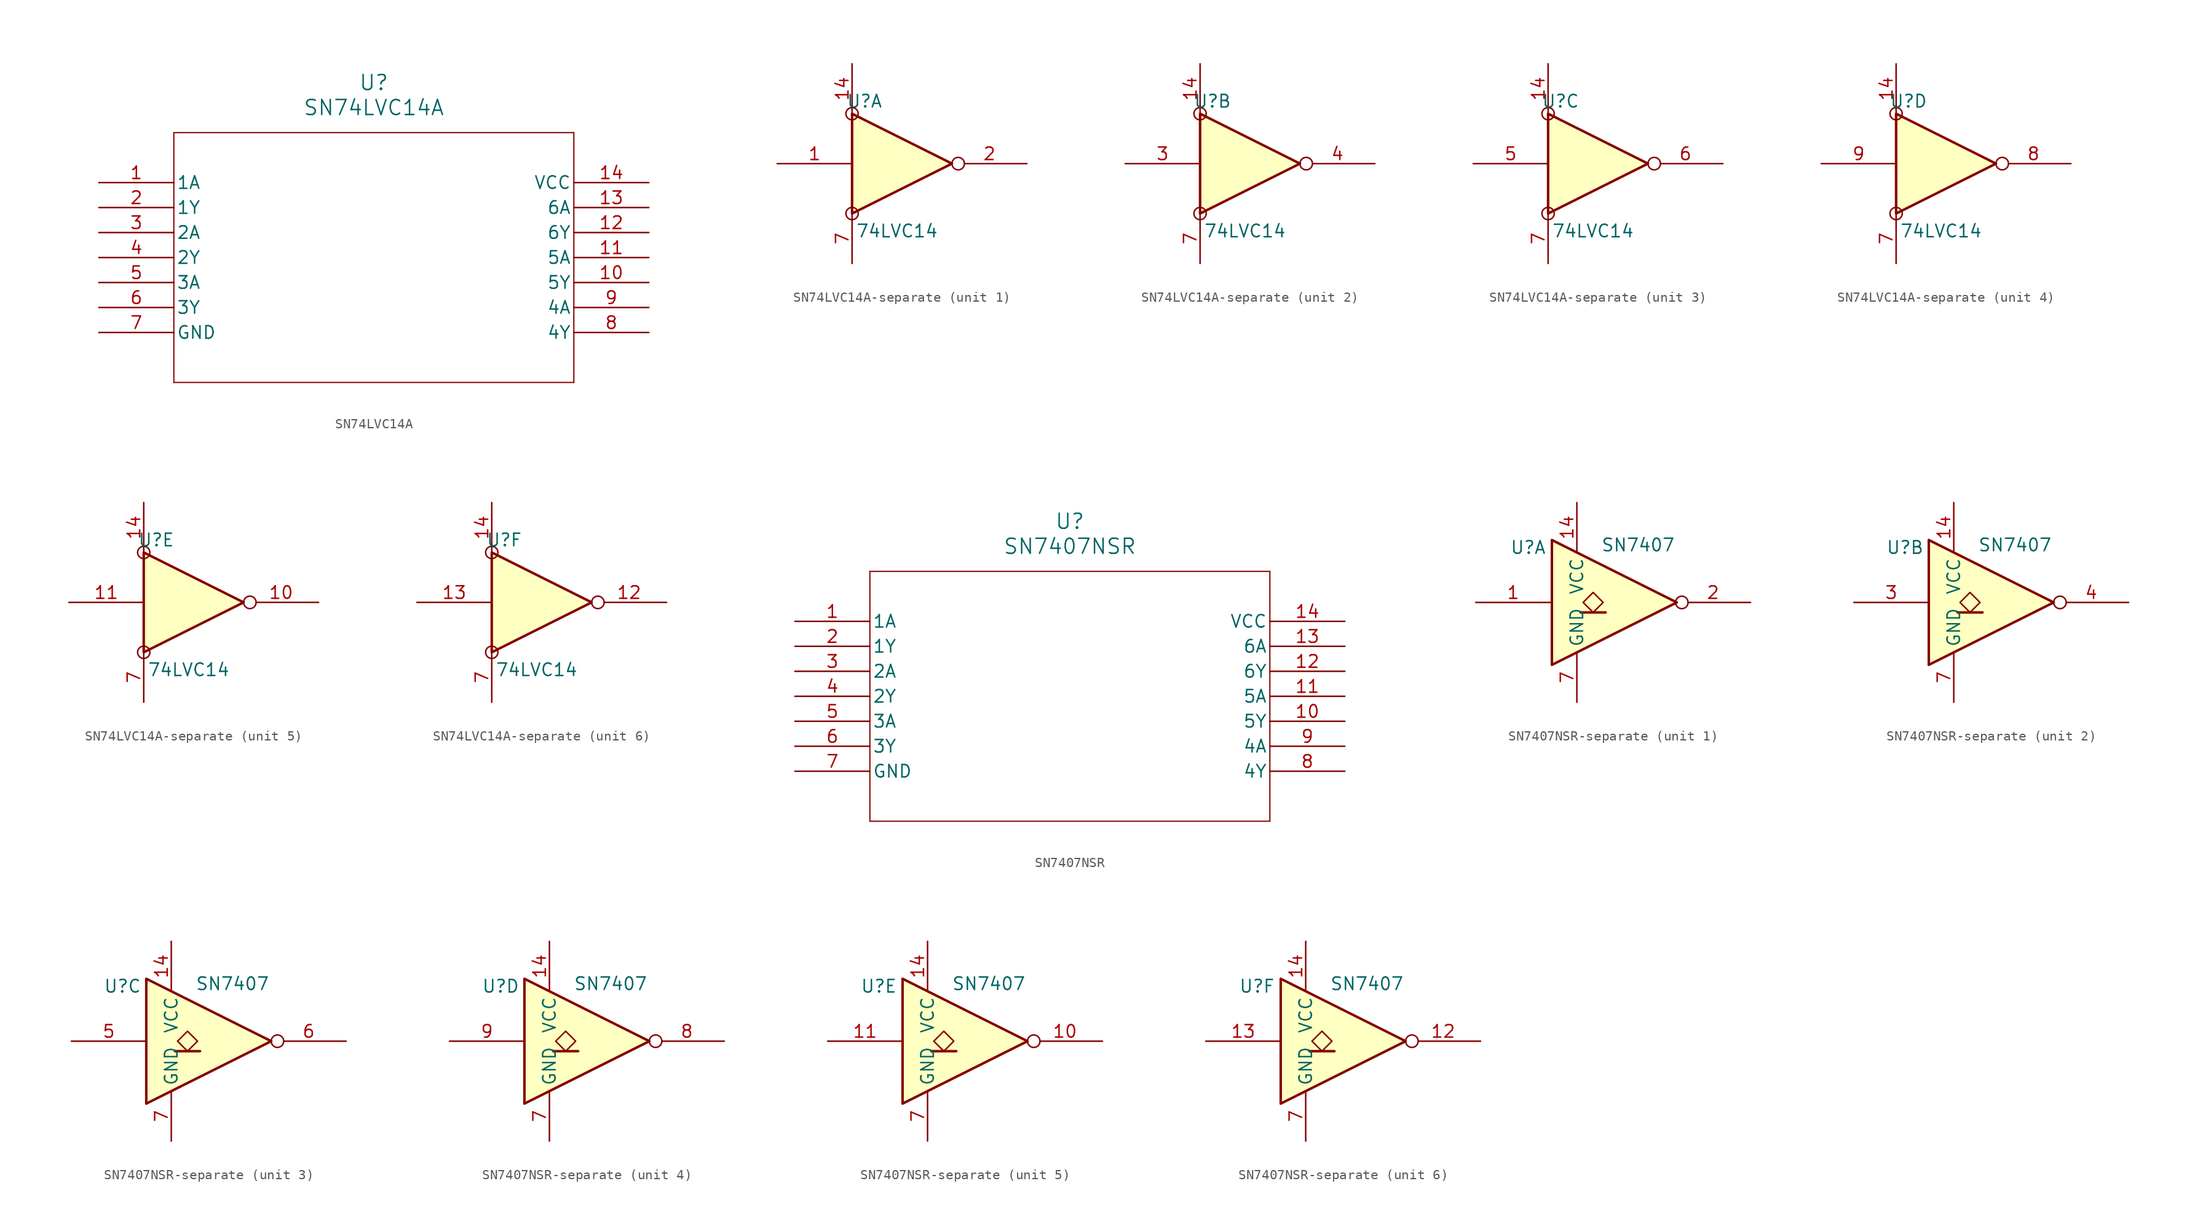
<source format=kicad_sym>
(kicad_symbol_lib
  (version 20240819)
  (generator "kicad_symbol_editor")
  (generator_version "8.99")
  (symbol "SN74LVC14A"
    (pin_names
      (offset 0.254))
    (property "Reference" "U"
      (at 27.94 10.16 0)
      (effects (font (size 1.524 1.524))))
    (property "Value" "SN74LVC14A"
      (at 27.94 7.62 0)
      (effects (font (size 1.524 1.524))))
    (property "ki_locked" ""
      (at 0 0 0)
      (effects (font (size 1.27 1.27))))
    (symbol "SN74LVC14A_0_1"
      (polyline (pts (xy 7.62 5.08) (xy 7.62 -20.32)) (stroke (width 0.127) (type default)) (fill (type none)))
      (polyline (pts (xy 7.62 -20.32) (xy 48.26 -20.32)) (stroke (width 0.127) (type default)) (fill (type none)))
      (polyline (pts (xy 48.26 5.08) (xy 7.62 5.08)) (stroke (width 0.127) (type default)) (fill (type none)))
      (polyline (pts (xy 48.26 -20.32) (xy 48.26 5.08)) (stroke (width 0.127) (type default)) (fill (type none)))
      (pin input line (at 0 0 0) (length 7.62) (name "1A" (effects (font (size 1.27 1.27)))) (number "1" (effects (font (size 1.27 1.27)))))
      (pin output line (at 0 -2.54 0) (length 7.62) (name "1Y" (effects (font (size 1.27 1.27)))) (number "2" (effects (font (size 1.27 1.27)))))
      (pin input line (at 0 -5.08 0) (length 7.62) (name "2A" (effects (font (size 1.27 1.27)))) (number "3" (effects (font (size 1.27 1.27)))))
      (pin output line (at 0 -7.62 0) (length 7.62) (name "2Y" (effects (font (size 1.27 1.27)))) (number "4" (effects (font (size 1.27 1.27)))))
      (pin input line (at 0 -10.16 0) (length 7.62) (name "3A" (effects (font (size 1.27 1.27)))) (number "5" (effects (font (size 1.27 1.27)))))
      (pin output line (at 0 -12.7 0) (length 7.62) (name "3Y" (effects (font (size 1.27 1.27)))) (number "6" (effects (font (size 1.27 1.27)))))
      (pin power_in line (at 0 -15.24 0) (length 7.62) (name "GND" (effects (font (size 1.27 1.27)))) (number "7" (effects (font (size 1.27 1.27)))))
      (pin power_in line (at 55.88 0 180) (length 7.62) (name "VCC" (effects (font (size 1.27 1.27)))) (number "14" (effects (font (size 1.27 1.27)))))
      (pin input line (at 55.88 -2.54 180) (length 7.62) (name "6A" (effects (font (size 1.27 1.27)))) (number "13" (effects (font (size 1.27 1.27)))))
      (pin output line (at 55.88 -5.08 180) (length 7.62) (name "6Y" (effects (font (size 1.27 1.27)))) (number "12" (effects (font (size 1.27 1.27)))))
      (pin input line (at 55.88 -7.62 180) (length 7.62) (name "5A" (effects (font (size 1.27 1.27)))) (number "11" (effects (font (size 1.27 1.27)))))
      (pin output line (at 55.88 -10.16 180) (length 7.62) (name "5Y" (effects (font (size 1.27 1.27)))) (number "10" (effects (font (size 1.27 1.27)))))
      (pin input line (at 55.88 -12.7 180) (length 7.62) (name "4A" (effects (font (size 1.27 1.27)))) (number "9" (effects (font (size 1.27 1.27)))))
      (pin output line (at 55.88 -15.24 180) (length 7.62) (name "4Y" (effects (font (size 1.27 1.27)))) (number "8" (effects (font (size 1.27 1.27)))))))
  (symbol "SN74LVC14A-separate"
    (property "Reference" "U"
      (at -3.81 6.35 0)
      (effects (font (size 1.27 1.27))))
    (property "Value" "74LVC14"
      (at -0.508 -6.858 0)
      (effects (font (size 1.27 1.27))))
    (symbol "SN74LVC14A-separate_0_1"
      (circle (center -5.08 5.08) (radius 0.625) (stroke (width 0) (type default)) (fill (type none)))
      (circle (center -5.08 -5.08) (radius 0.625) (stroke (width 0) (type default)) (fill (type none)))
      (pin power_in line (at -5.08 10.16 270) (length 5.08) (name "~" (effects (font (size 1.27 1.27)))) (number "14" (effects (font (size 1.27 1.27)))))
      (pin power_in line (at -5.08 -10.16 90) (length 5.08) (name "~" (effects (font (size 1.27 1.27)))) (number "7" (effects (font (size 1.27 1.27))))))
    (symbol "SN74LVC14A-separate_1_1"
      (polyline (pts (xy -5.08 5.08) (xy -5.08 -5.08) (xy 5.08 0) (xy -5.08 5.08)) (stroke (width 0.254) (type default)) (fill (type background)))
      (pin input line (at -12.7 0 0) (length 7.62) (name "~" (effects (font (size 1.27 1.27)))) (number "1" (effects (font (size 1.27 1.27)))))
      (pin open_collector inverted (at 12.7 0 180) (length 7.62) (name "~" (effects (font (size 1.27 1.27)))) (number "2" (effects (font (size 1.27 1.27))))))
    (symbol "SN74LVC14A-separate_2_1"
      (polyline (pts (xy -5.08 5.08) (xy -5.08 -5.08) (xy 5.08 0) (xy -5.08 5.08)) (stroke (width 0.254) (type default)) (fill (type background)))
      (pin input line (at -12.7 0 0) (length 7.62) (name "~" (effects (font (size 1.27 1.27)))) (number "3" (effects (font (size 1.27 1.27)))))
      (pin open_collector inverted (at 12.7 0 180) (length 7.62) (name "~" (effects (font (size 1.27 1.27)))) (number "4" (effects (font (size 1.27 1.27))))))
    (symbol "SN74LVC14A-separate_3_1"
      (polyline (pts (xy -5.08 5.08) (xy -5.08 -5.08) (xy 5.08 0) (xy -5.08 5.08)) (stroke (width 0.254) (type default)) (fill (type background)))
      (pin input line (at -12.7 0 0) (length 7.62) (name "~" (effects (font (size 1.27 1.27)))) (number "5" (effects (font (size 1.27 1.27)))))
      (pin open_collector inverted (at 12.7 0 180) (length 7.62) (name "~" (effects (font (size 1.27 1.27)))) (number "6" (effects (font (size 1.27 1.27))))))
    (symbol "SN74LVC14A-separate_4_1"
      (polyline (pts (xy -5.08 5.08) (xy -5.08 -5.08) (xy 5.08 0) (xy -5.08 5.08)) (stroke (width 0.254) (type default)) (fill (type background)))
      (pin input line (at -12.7 0 0) (length 7.62) (name "~" (effects (font (size 1.27 1.27)))) (number "9" (effects (font (size 1.27 1.27)))))
      (pin open_collector inverted (at 12.7 0 180) (length 7.62) (name "~" (effects (font (size 1.27 1.27)))) (number "8" (effects (font (size 1.27 1.27))))))
    (symbol "SN74LVC14A-separate_5_1"
      (polyline (pts (xy -5.08 5.08) (xy -5.08 -5.08) (xy 5.08 0) (xy -5.08 5.08)) (stroke (width 0.254) (type default)) (fill (type background)))
      (pin input line (at -12.7 0 0) (length 7.62) (name "~" (effects (font (size 1.27 1.27)))) (number "11" (effects (font (size 1.27 1.27)))))
      (pin open_collector inverted (at 12.7 0 180) (length 7.62) (name "~" (effects (font (size 1.27 1.27)))) (number "10" (effects (font (size 1.27 1.27))))))
    (symbol "SN74LVC14A-separate_6_1"
      (polyline (pts (xy -5.08 5.08) (xy -5.08 -5.08) (xy 5.08 0) (xy -5.08 5.08)) (stroke (width 0.254) (type default)) (fill (type background)))
      (pin input line (at -12.7 0 0) (length 7.62) (name "~" (effects (font (size 1.27 1.27)))) (number "13" (effects (font (size 1.27 1.27)))))
      (pin open_collector inverted (at 12.7 0 180) (length 7.62) (name "~" (effects (font (size 1.27 1.27)))) (number "12" (effects (font (size 1.27 1.27)))))))
  (symbol "SN7407NSR"
    (pin_names
      (offset 0.254))
    (property "Reference" "U"
      (at 27.94 10.16 0)
      (effects (font (size 1.524 1.524))))
    (property "Value" "SN7407NSR"
      (at 27.94 7.62 0)
      (effects (font (size 1.524 1.524))))
    (symbol "SN7407NSR_0_1"
      (polyline (pts (xy 7.62 5.08) (xy 7.62 -20.32)) (stroke (width 0.127) (type default)) (fill (type none)))
      (polyline (pts (xy 7.62 -20.32) (xy 48.26 -20.32)) (stroke (width 0.127) (type default)) (fill (type none)))
      (polyline (pts (xy 48.26 5.08) (xy 7.62 5.08)) (stroke (width 0.127) (type default)) (fill (type none)))
      (polyline (pts (xy 48.26 -20.32) (xy 48.26 5.08)) (stroke (width 0.127) (type default)) (fill (type none)))
      (pin input line (at 0 0 0) (length 7.62) (name "1A" (effects (font (size 1.27 1.27)))) (number "1" (effects (font (size 1.27 1.27)))))
      (pin output line (at 0 -2.54 0) (length 7.62) (name "1Y" (effects (font (size 1.27 1.27)))) (number "2" (effects (font (size 1.27 1.27)))))
      (pin input line (at 0 -5.08 0) (length 7.62) (name "2A" (effects (font (size 1.27 1.27)))) (number "3" (effects (font (size 1.27 1.27)))))
      (pin output line (at 0 -7.62 0) (length 7.62) (name "2Y" (effects (font (size 1.27 1.27)))) (number "4" (effects (font (size 1.27 1.27)))))
      (pin input line (at 0 -10.16 0) (length 7.62) (name "3A" (effects (font (size 1.27 1.27)))) (number "5" (effects (font (size 1.27 1.27)))))
      (pin output line (at 0 -12.7 0) (length 7.62) (name "3Y" (effects (font (size 1.27 1.27)))) (number "6" (effects (font (size 1.27 1.27)))))
      (pin power_in line (at 0 -15.24 0) (length 7.62) (name "GND" (effects (font (size 1.27 1.27)))) (number "7" (effects (font (size 1.27 1.27)))))
      (pin power_in line (at 55.88 0 180) (length 7.62) (name "VCC" (effects (font (size 1.27 1.27)))) (number "14" (effects (font (size 1.27 1.27)))))
      (pin input line (at 55.88 -2.54 180) (length 7.62) (name "6A" (effects (font (size 1.27 1.27)))) (number "13" (effects (font (size 1.27 1.27)))))
      (pin output line (at 55.88 -5.08 180) (length 7.62) (name "6Y" (effects (font (size 1.27 1.27)))) (number "12" (effects (font (size 1.27 1.27)))))
      (pin input line (at 55.88 -7.62 180) (length 7.62) (name "5A" (effects (font (size 1.27 1.27)))) (number "11" (effects (font (size 1.27 1.27)))))
      (pin output line (at 55.88 -10.16 180) (length 7.62) (name "5Y" (effects (font (size 1.27 1.27)))) (number "10" (effects (font (size 1.27 1.27)))))
      (pin input line (at 55.88 -12.7 180) (length 7.62) (name "4A" (effects (font (size 1.27 1.27)))) (number "9" (effects (font (size 1.27 1.27)))))
      (pin output line (at 55.88 -15.24 180) (length 7.62) (name "4Y" (effects (font (size 1.27 1.27)))) (number "8" (effects (font (size 1.27 1.27)))))))
  (symbol "SN7407NSR-separate"
    (property "Reference" "U"
      (at -6.858 5.588 0)
      (effects (font (size 1.27 1.27))))
    (property "Value" "SN7407"
      (at 4.318 5.842 0)
      (effects (font (size 1.27 1.27))))
    (symbol "SN7407NSR-separate_0_1"
      (polyline (pts (xy -4.445 6.35) (xy -4.445 -6.35) (xy 8.255 0) (xy -4.445 6.35)) (stroke (width 0.254) (type default)) (fill (type background)))
      (polyline (pts (xy -1.524 -1.016) (xy 1.016 -1.016)) (stroke (width 0.254) (type default)) (fill (type background)))
      (polyline (pts (xy -1.27 0) (xy -0.254 1.016) (xy 0.762 0) (xy -0.254 -1.016) (xy -1.27 0)) (stroke (width 0) (type default)) (fill (type none)))
      (pin power_in line (at -1.905 10.16 270) (length 5.08) (name "VCC" (effects (font (size 1.27 1.27)))) (number "14" (effects (font (size 1.27 1.27)))))
      (pin power_in line (at -1.905 -10.16 90) (length 5.08) (name "GND" (effects (font (size 1.27 1.27)))) (number "7" (effects (font (size 1.27 1.27))))))
    (symbol "SN7407NSR-separate_1_1"
      (pin input line (at -12.192 0 0) (length 7.62) (name "~" (effects (font (size 1.27 1.27)))) (number "1" (effects (font (size 1.27 1.27)))))
      (pin open_collector inverted (at 15.748 0 180) (length 7.62) (name "~" (effects (font (size 1.27 1.27)))) (number "2" (effects (font (size 1.27 1.27))))))
    (symbol "SN7407NSR-separate_2_1"
      (pin input line (at -12.065 0 0) (length 7.62) (name "~" (effects (font (size 1.27 1.27)))) (number "3" (effects (font (size 1.27 1.27)))))
      (pin open_collector inverted (at 15.875 0 180) (length 7.62) (name "~" (effects (font (size 1.27 1.27)))) (number "4" (effects (font (size 1.27 1.27))))))
    (symbol "SN7407NSR-separate_3_1"
      (pin input line (at -12.065 0 0) (length 7.62) (name "~" (effects (font (size 1.27 1.27)))) (number "5" (effects (font (size 1.27 1.27)))))
      (pin open_collector inverted (at 15.875 0 180) (length 7.62) (name "~" (effects (font (size 1.27 1.27)))) (number "6" (effects (font (size 1.27 1.27))))))
    (symbol "SN7407NSR-separate_4_1"
      (pin input line (at -12.065 0 0) (length 7.62) (name "~" (effects (font (size 1.27 1.27)))) (number "9" (effects (font (size 1.27 1.27)))))
      (pin open_collector inverted (at 15.875 0 180) (length 7.62) (name "~" (effects (font (size 1.27 1.27)))) (number "8" (effects (font (size 1.27 1.27))))))
    (symbol "SN7407NSR-separate_5_1"
      (pin input line (at -12.065 0 0) (length 7.62) (name "~" (effects (font (size 1.27 1.27)))) (number "11" (effects (font (size 1.27 1.27)))))
      (pin open_collector inverted (at 15.875 0 180) (length 7.62) (name "~" (effects (font (size 1.27 1.27)))) (number "10" (effects (font (size 1.27 1.27))))))
    (symbol "SN7407NSR-separate_6_1"
      (pin input line (at -12.065 0 0) (length 7.62) (name "~" (effects (font (size 1.27 1.27)))) (number "13" (effects (font (size 1.27 1.27)))))
      (pin open_collector inverted (at 15.875 0 180) (length 7.62) (name "~" (effects (font (size 1.27 1.27)))) (number "12" (effects (font (size 1.27 1.27))))))))
</source>
